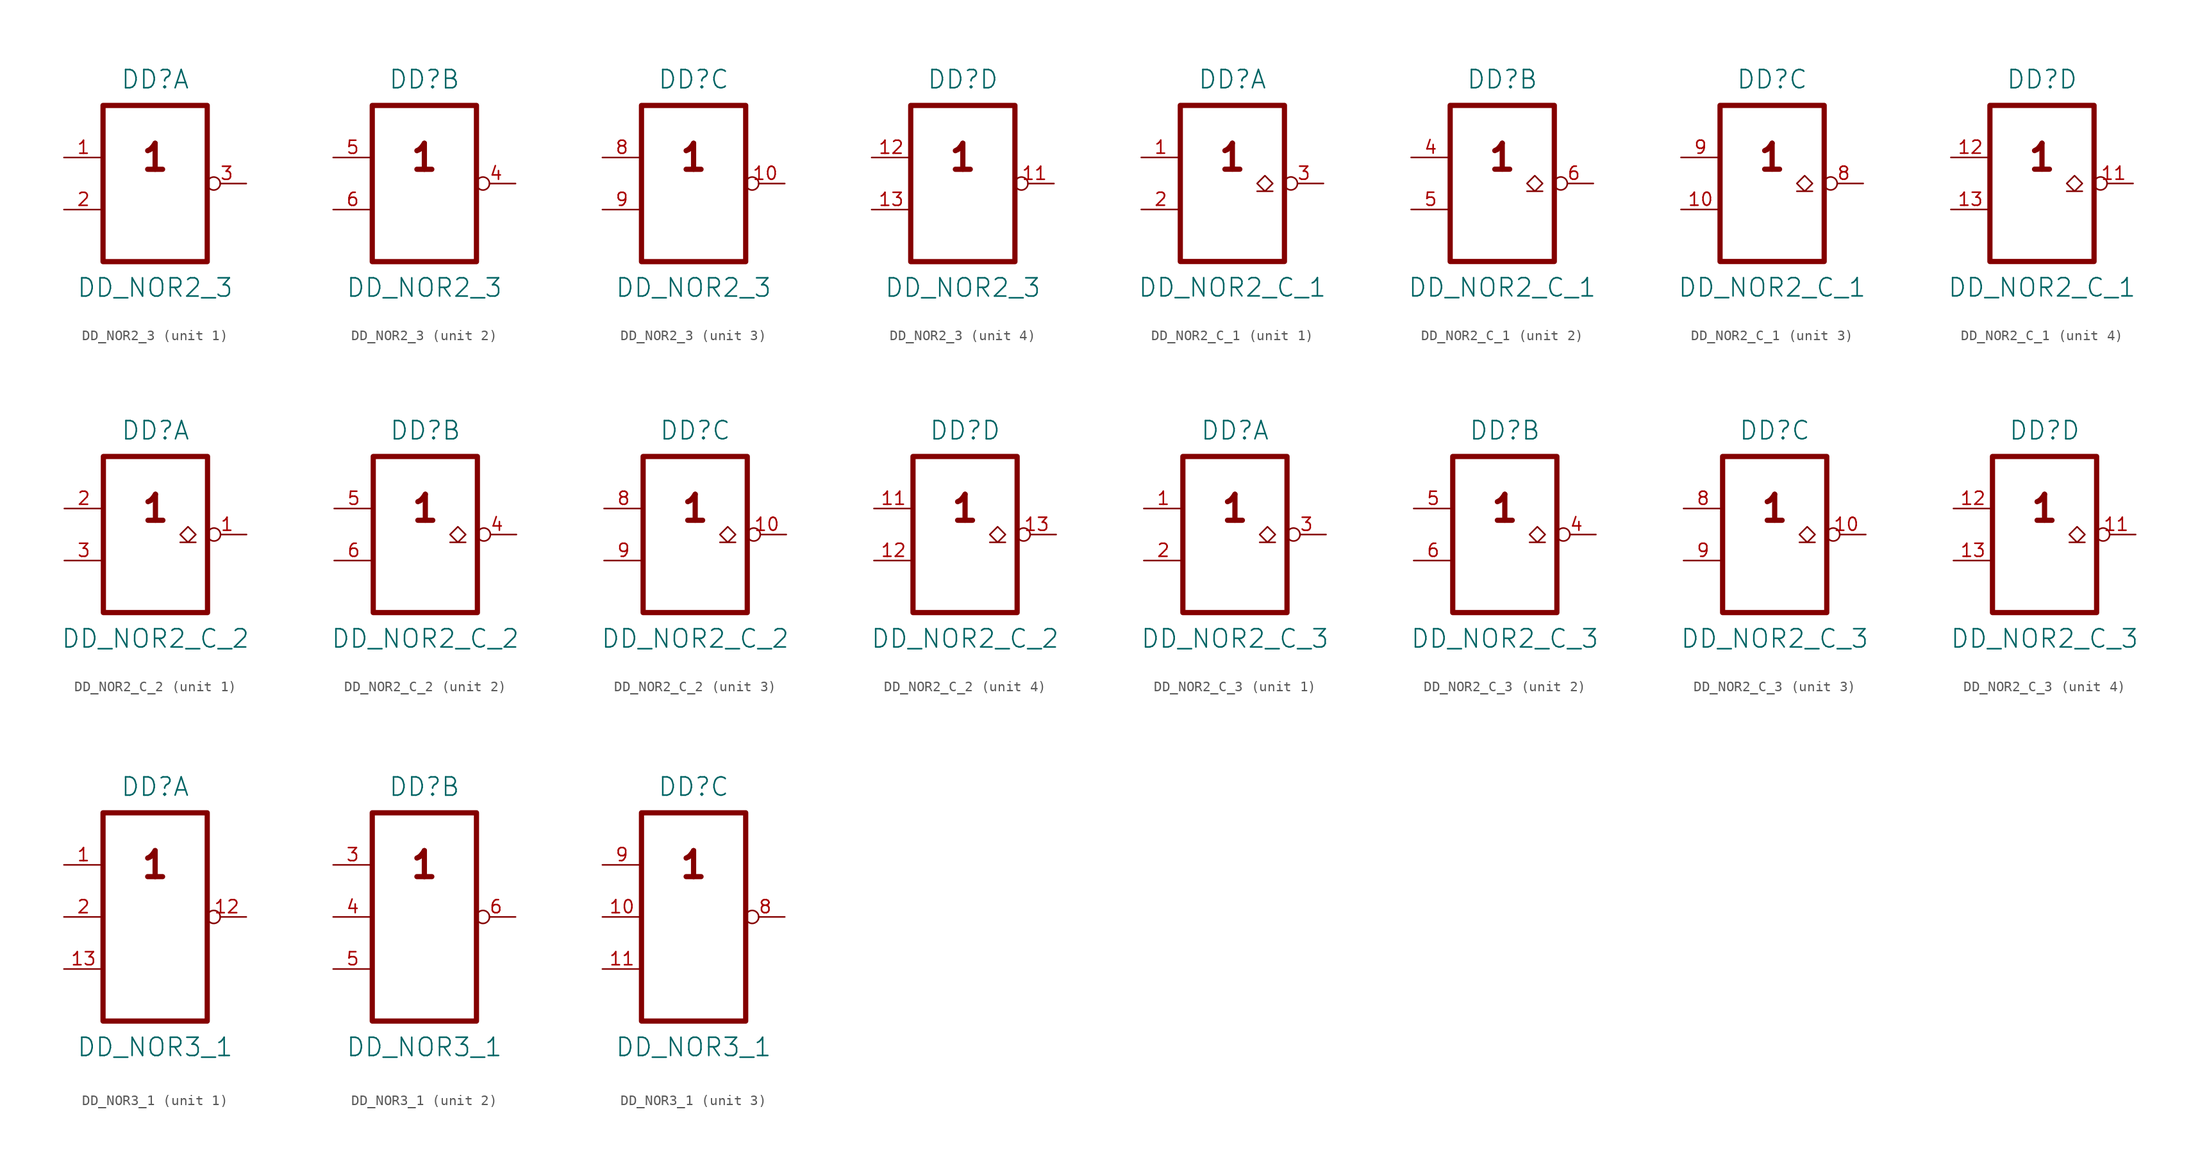
<source format=kicad_sym>
(kicad_symbol_lib
  (version 20211014)
  (generator kicad_symbol_editor)
  (symbol "DD_NOR2_3"
    (pin_names
      (offset 1.27))
    (property "Reference" "DD"
      (at 0 10.16 0)
      (effects (font (size 1.778 1.778))))
    (property "Value" "DD_NOR2_3"
      (at 0 -10.16 0)
      (effects (font (size 1.778 1.778))))
    (symbol "DD_NOR2_3_0_0"
      (text "1" (at 0 2.54 0) (effects (font (size 2.54 2.54) bold))))
    (symbol "DD_NOR2_3_0_1"
      (rectangle (start -5.08 7.62) (end 5.08 -7.62) (stroke (width 0.508) (type default) (color 0 0 0 0)) (fill (type none)))
      (pin power_in non_logic (at 8.89 5.08 180) (length 3.81) hide (name "VCC" (effects (font (size 1.27 1.27)))) (number "14" (effects (font (size 1.27 1.27)))))
      (pin power_in non_logic (at 8.89 -5.08 180) (length 3.81) hide (name "GND" (effects (font (size 1.27 1.27)))) (number "7" (effects (font (size 1.27 1.27))))))
    (symbol "DD_NOR2_3_1_1"
      (pin input line (at -8.89 2.54 0) (length 3.81) (name "~" (effects (font (size 1.778 1.778)))) (number "1" (effects (font (size 1.27 1.27)))))
      (pin input line (at -8.89 -2.54 0) (length 3.81) (name "~" (effects (font (size 1.778 1.778)))) (number "2" (effects (font (size 1.27 1.27)))))
      (pin output inverted (at 8.89 0 180) (length 3.81) (name "~" (effects (font (size 1.778 1.778)))) (number "3" (effects (font (size 1.27 1.27))))))
    (symbol "DD_NOR2_3_2_1"
      (pin output inverted (at 8.89 0 180) (length 3.81) (name "~" (effects (font (size 1.778 1.778)))) (number "4" (effects (font (size 1.27 1.27)))))
      (pin input line (at -8.89 2.54 0) (length 3.81) (name "~" (effects (font (size 1.778 1.778)))) (number "5" (effects (font (size 1.27 1.27)))))
      (pin input line (at -8.89 -2.54 0) (length 3.81) (name "~" (effects (font (size 1.778 1.778)))) (number "6" (effects (font (size 1.27 1.27))))))
    (symbol "DD_NOR2_3_3_1"
      (pin output inverted (at 8.89 0 180) (length 3.81) (name "~" (effects (font (size 1.778 1.778)))) (number "10" (effects (font (size 1.27 1.27)))))
      (pin input line (at -8.89 2.54 0) (length 3.81) (name "~" (effects (font (size 1.778 1.778)))) (number "8" (effects (font (size 1.27 1.27)))))
      (pin input line (at -8.89 -2.54 0) (length 3.81) (name "~" (effects (font (size 1.778 1.778)))) (number "9" (effects (font (size 1.27 1.27))))))
    (symbol "DD_NOR2_3_4_1"
      (pin output inverted (at 8.89 0 180) (length 3.81) (name "~" (effects (font (size 1.778 1.778)))) (number "11" (effects (font (size 1.27 1.27)))))
      (pin input line (at -8.89 2.54 0) (length 3.81) (name "~" (effects (font (size 1.778 1.778)))) (number "12" (effects (font (size 1.27 1.27)))))
      (pin input line (at -8.89 -2.54 0) (length 3.81) (name "~" (effects (font (size 1.778 1.778)))) (number "13" (effects (font (size 1.27 1.27)))))))
  (symbol "DD_NOR2_C_1"
    (pin_names
      (offset 1.27))
    (property "Reference" "DD"
      (at 0 10.16 0)
      (effects (font (size 1.778 1.778))))
    (property "Value" "DD_NOR2_C_1"
      (at 0 -10.16 0)
      (effects (font (size 1.778 1.778))))
    (symbol "DD_NOR2_C_1_0_0"
      (text "1" (at 0 2.54 0) (effects (font (size 2.54 2.54) bold))))
    (symbol "DD_NOR2_C_1_0_1"
      (rectangle (start -5.08 7.62) (end 5.08 -7.62) (stroke (width 0.508) (type default) (color 0 0 0 0)) (fill (type none)))
      (polyline (pts (xy 2.413 -0.762) (xy 3.175 -0.762) (xy 2.413 0) (xy 3.175 0.762) (xy 3.937 0) (xy 3.175 -0.762) (xy 3.937 -0.762)) (stroke (width 0) (type default) (color 0 0 0 0)) (fill (type none)))
      (pin power_in non_logic (at 8.89 5.08 180) (length 3.81) hide (name "VCC" (effects (font (size 1.27 1.27)))) (number "14" (effects (font (size 1.27 1.27)))))
      (pin power_in non_logic (at 8.89 -5.08 180) (length 3.81) hide (name "GND" (effects (font (size 1.27 1.27)))) (number "7" (effects (font (size 1.27 1.27))))))
    (symbol "DD_NOR2_C_1_1_1"
      (pin input line (at -8.89 2.54 0) (length 3.81) (name "~" (effects (font (size 1.778 1.778)))) (number "1" (effects (font (size 1.27 1.27)))))
      (pin input line (at -8.89 -2.54 0) (length 3.81) (name "~" (effects (font (size 1.778 1.778)))) (number "2" (effects (font (size 1.27 1.27)))))
      (pin output inverted (at 8.89 0 180) (length 3.81) (name "~" (effects (font (size 1.778 1.778)))) (number "3" (effects (font (size 1.27 1.27))))))
    (symbol "DD_NOR2_C_1_2_1"
      (pin input line (at -8.89 2.54 0) (length 3.81) (name "~" (effects (font (size 1.778 1.778)))) (number "4" (effects (font (size 1.27 1.27)))))
      (pin input line (at -8.89 -2.54 0) (length 3.81) (name "~" (effects (font (size 1.778 1.778)))) (number "5" (effects (font (size 1.27 1.27)))))
      (pin output inverted (at 8.89 0 180) (length 3.81) (name "~" (effects (font (size 1.778 1.778)))) (number "6" (effects (font (size 1.27 1.27))))))
    (symbol "DD_NOR2_C_1_3_1"
      (pin input line (at -8.89 -2.54 0) (length 3.81) (name "~" (effects (font (size 1.778 1.778)))) (number "10" (effects (font (size 1.27 1.27)))))
      (pin output inverted (at 8.89 0 180) (length 3.81) (name "~" (effects (font (size 1.778 1.778)))) (number "8" (effects (font (size 1.27 1.27)))))
      (pin input line (at -8.89 2.54 0) (length 3.81) (name "~" (effects (font (size 1.778 1.778)))) (number "9" (effects (font (size 1.27 1.27))))))
    (symbol "DD_NOR2_C_1_4_1"
      (pin output inverted (at 8.89 0 180) (length 3.81) (name "~" (effects (font (size 1.778 1.778)))) (number "11" (effects (font (size 1.27 1.27)))))
      (pin input line (at -8.89 2.54 0) (length 3.81) (name "~" (effects (font (size 1.778 1.778)))) (number "12" (effects (font (size 1.27 1.27)))))
      (pin input line (at -8.89 -2.54 0) (length 3.81) (name "~" (effects (font (size 1.778 1.778)))) (number "13" (effects (font (size 1.27 1.27)))))))
  (symbol "DD_NOR2_C_2"
    (pin_names
      (offset 1.27))
    (property "Reference" "DD"
      (at 0 10.16 0)
      (effects (font (size 1.778 1.778))))
    (property "Value" "DD_NOR2_C_2"
      (at 0 -10.16 0)
      (effects (font (size 1.778 1.778))))
    (symbol "DD_NOR2_C_2_0_0"
      (text "1" (at 0 2.54 0) (effects (font (size 2.54 2.54) bold))))
    (symbol "DD_NOR2_C_2_0_1"
      (rectangle (start -5.08 7.62) (end 5.08 -7.62) (stroke (width 0.508) (type default) (color 0 0 0 0)) (fill (type none)))
      (polyline (pts (xy 2.413 -0.762) (xy 3.175 -0.762) (xy 2.413 0) (xy 3.175 0.762) (xy 3.937 0) (xy 3.175 -0.762) (xy 3.937 -0.762)) (stroke (width 0) (type default) (color 0 0 0 0)) (fill (type none)))
      (pin power_in non_logic (at 8.89 5.08 180) (length 3.81) hide (name "VCC" (effects (font (size 1.27 1.27)))) (number "14" (effects (font (size 1.27 1.27)))))
      (pin power_in non_logic (at 8.89 -5.08 180) (length 3.81) hide (name "GND" (effects (font (size 1.27 1.27)))) (number "7" (effects (font (size 1.27 1.27))))))
    (symbol "DD_NOR2_C_2_1_1"
      (pin output inverted (at 8.89 0 180) (length 3.81) (name "~" (effects (font (size 1.778 1.778)))) (number "1" (effects (font (size 1.27 1.27)))))
      (pin input line (at -8.89 2.54 0) (length 3.81) (name "~" (effects (font (size 1.778 1.778)))) (number "2" (effects (font (size 1.27 1.27)))))
      (pin input line (at -8.89 -2.54 0) (length 3.81) (name "~" (effects (font (size 1.778 1.778)))) (number "3" (effects (font (size 1.27 1.27))))))
    (symbol "DD_NOR2_C_2_2_1"
      (pin output inverted (at 8.89 0 180) (length 3.81) (name "~" (effects (font (size 1.778 1.778)))) (number "4" (effects (font (size 1.27 1.27)))))
      (pin input line (at -8.89 2.54 0) (length 3.81) (name "~" (effects (font (size 1.778 1.778)))) (number "5" (effects (font (size 1.27 1.27)))))
      (pin input line (at -8.89 -2.54 0) (length 3.81) (name "~" (effects (font (size 1.778 1.778)))) (number "6" (effects (font (size 1.27 1.27))))))
    (symbol "DD_NOR2_C_2_3_1"
      (pin output inverted (at 8.89 0 180) (length 3.81) (name "~" (effects (font (size 1.778 1.778)))) (number "10" (effects (font (size 1.27 1.27)))))
      (pin input line (at -8.89 2.54 0) (length 3.81) (name "~" (effects (font (size 1.778 1.778)))) (number "8" (effects (font (size 1.27 1.27)))))
      (pin input line (at -8.89 -2.54 0) (length 3.81) (name "~" (effects (font (size 1.778 1.778)))) (number "9" (effects (font (size 1.27 1.27))))))
    (symbol "DD_NOR2_C_2_4_1"
      (pin input line (at -8.89 2.54 0) (length 3.81) (name "~" (effects (font (size 1.778 1.778)))) (number "11" (effects (font (size 1.27 1.27)))))
      (pin input line (at -8.89 -2.54 0) (length 3.81) (name "~" (effects (font (size 1.778 1.778)))) (number "12" (effects (font (size 1.27 1.27)))))
      (pin output inverted (at 8.89 0 180) (length 3.81) (name "~" (effects (font (size 1.778 1.778)))) (number "13" (effects (font (size 1.27 1.27)))))))
  (symbol "DD_NOR2_C_3"
    (pin_names
      (offset 1.27))
    (property "Reference" "DD"
      (at 0 10.16 0)
      (effects (font (size 1.778 1.778))))
    (property "Value" "DD_NOR2_C_3"
      (at 0 -10.16 0)
      (effects (font (size 1.778 1.778))))
    (symbol "DD_NOR2_C_3_0_0"
      (text "1" (at 0 2.54 0) (effects (font (size 2.54 2.54) bold))))
    (symbol "DD_NOR2_C_3_0_1"
      (rectangle (start -5.08 7.62) (end 5.08 -7.62) (stroke (width 0.508) (type default) (color 0 0 0 0)) (fill (type none)))
      (polyline (pts (xy 2.413 -0.762) (xy 3.175 -0.762) (xy 2.413 0) (xy 3.175 0.762) (xy 3.937 0) (xy 3.175 -0.762) (xy 3.937 -0.762)) (stroke (width 0) (type default) (color 0 0 0 0)) (fill (type none)))
      (pin power_in non_logic (at 8.89 5.08 180) (length 3.81) hide (name "VCC" (effects (font (size 1.27 1.27)))) (number "14" (effects (font (size 1.27 1.27)))))
      (pin power_in non_logic (at 8.89 -5.08 180) (length 3.81) hide (name "GND" (effects (font (size 1.27 1.27)))) (number "7" (effects (font (size 1.27 1.27))))))
    (symbol "DD_NOR2_C_3_1_1"
      (pin input line (at -8.89 2.54 0) (length 3.81) (name "~" (effects (font (size 1.778 1.778)))) (number "1" (effects (font (size 1.27 1.27)))))
      (pin input line (at -8.89 -2.54 0) (length 3.81) (name "~" (effects (font (size 1.778 1.778)))) (number "2" (effects (font (size 1.27 1.27)))))
      (pin output inverted (at 8.89 0 180) (length 3.81) (name "~" (effects (font (size 1.778 1.778)))) (number "3" (effects (font (size 1.27 1.27))))))
    (symbol "DD_NOR2_C_3_2_1"
      (pin output inverted (at 8.89 0 180) (length 3.81) (name "~" (effects (font (size 1.778 1.778)))) (number "4" (effects (font (size 1.27 1.27)))))
      (pin input line (at -8.89 2.54 0) (length 3.81) (name "~" (effects (font (size 1.778 1.778)))) (number "5" (effects (font (size 1.27 1.27)))))
      (pin input line (at -8.89 -2.54 0) (length 3.81) (name "~" (effects (font (size 1.778 1.778)))) (number "6" (effects (font (size 1.27 1.27))))))
    (symbol "DD_NOR2_C_3_3_1"
      (pin output inverted (at 8.89 0 180) (length 3.81) (name "~" (effects (font (size 1.778 1.778)))) (number "10" (effects (font (size 1.27 1.27)))))
      (pin input line (at -8.89 2.54 0) (length 3.81) (name "~" (effects (font (size 1.778 1.778)))) (number "8" (effects (font (size 1.27 1.27)))))
      (pin input line (at -8.89 -2.54 0) (length 3.81) (name "~" (effects (font (size 1.778 1.778)))) (number "9" (effects (font (size 1.27 1.27))))))
    (symbol "DD_NOR2_C_3_4_1"
      (pin output inverted (at 8.89 0 180) (length 3.81) (name "~" (effects (font (size 1.778 1.778)))) (number "11" (effects (font (size 1.27 1.27)))))
      (pin input line (at -8.89 2.54 0) (length 3.81) (name "~" (effects (font (size 1.778 1.778)))) (number "12" (effects (font (size 1.27 1.27)))))
      (pin input line (at -8.89 -2.54 0) (length 3.81) (name "~" (effects (font (size 1.778 1.778)))) (number "13" (effects (font (size 1.27 1.27)))))))
  (symbol "DD_NOR3_1"
    (pin_names
      (offset 1.27))
    (property "Reference" "DD"
      (at 0 12.7 0)
      (effects (font (size 1.778 1.778))))
    (property "Value" "DD_NOR3_1"
      (at 0 -12.7 0)
      (effects (font (size 1.778 1.778))))
    (symbol "DD_NOR3_1_0_0"
      (text "1" (at 0 5.08 0) (effects (font (size 2.54 2.54) bold))))
    (symbol "DD_NOR3_1_0_1"
      (rectangle (start -5.08 10.16) (end 5.08 -10.16) (stroke (width 0.508) (type default) (color 0 0 0 0)) (fill (type none)))
      (pin power_in non_logic (at 8.89 7.62 180) (length 3.81) hide (name "VCC" (effects (font (size 1.27 1.27)))) (number "14" (effects (font (size 1.27 1.27)))))
      (pin power_in non_logic (at 8.89 -7.62 180) (length 3.81) hide (name "GND" (effects (font (size 1.27 1.27)))) (number "7" (effects (font (size 1.27 1.27))))))
    (symbol "DD_NOR3_1_1_1"
      (pin input line (at -8.89 5.08 0) (length 3.81) (name "~" (effects (font (size 1.778 1.778)))) (number "1" (effects (font (size 1.27 1.27)))))
      (pin output inverted (at 8.89 0 180) (length 3.81) (name "~" (effects (font (size 1.778 1.778)))) (number "12" (effects (font (size 1.27 1.27)))))
      (pin input line (at -8.89 -5.08 0) (length 3.81) (name "~" (effects (font (size 1.778 1.778)))) (number "13" (effects (font (size 1.27 1.27)))))
      (pin input line (at -8.89 0 0) (length 3.81) (name "~" (effects (font (size 1.778 1.778)))) (number "2" (effects (font (size 1.27 1.27))))))
    (symbol "DD_NOR3_1_2_1"
      (pin input line (at -8.89 5.08 0) (length 3.81) (name "~" (effects (font (size 1.778 1.778)))) (number "3" (effects (font (size 1.27 1.27)))))
      (pin input line (at -8.89 0 0) (length 3.81) (name "~" (effects (font (size 1.778 1.778)))) (number "4" (effects (font (size 1.27 1.27)))))
      (pin input line (at -8.89 -5.08 0) (length 3.81) (name "~" (effects (font (size 1.778 1.778)))) (number "5" (effects (font (size 1.27 1.27)))))
      (pin output inverted (at 8.89 0 180) (length 3.81) (name "~" (effects (font (size 1.778 1.778)))) (number "6" (effects (font (size 1.27 1.27))))))
    (symbol "DD_NOR3_1_3_1"
      (pin input line (at -8.89 0 0) (length 3.81) (name "~" (effects (font (size 1.778 1.778)))) (number "10" (effects (font (size 1.27 1.27)))))
      (pin input line (at -8.89 -5.08 0) (length 3.81) (name "~" (effects (font (size 1.778 1.778)))) (number "11" (effects (font (size 1.27 1.27)))))
      (pin output inverted (at 8.89 0 180) (length 3.81) (name "~" (effects (font (size 1.778 1.778)))) (number "8" (effects (font (size 1.27 1.27)))))
      (pin input line (at -8.89 5.08 0) (length 3.81) (name "~" (effects (font (size 1.778 1.778)))) (number "9" (effects (font (size 1.27 1.27))))))))
</source>
